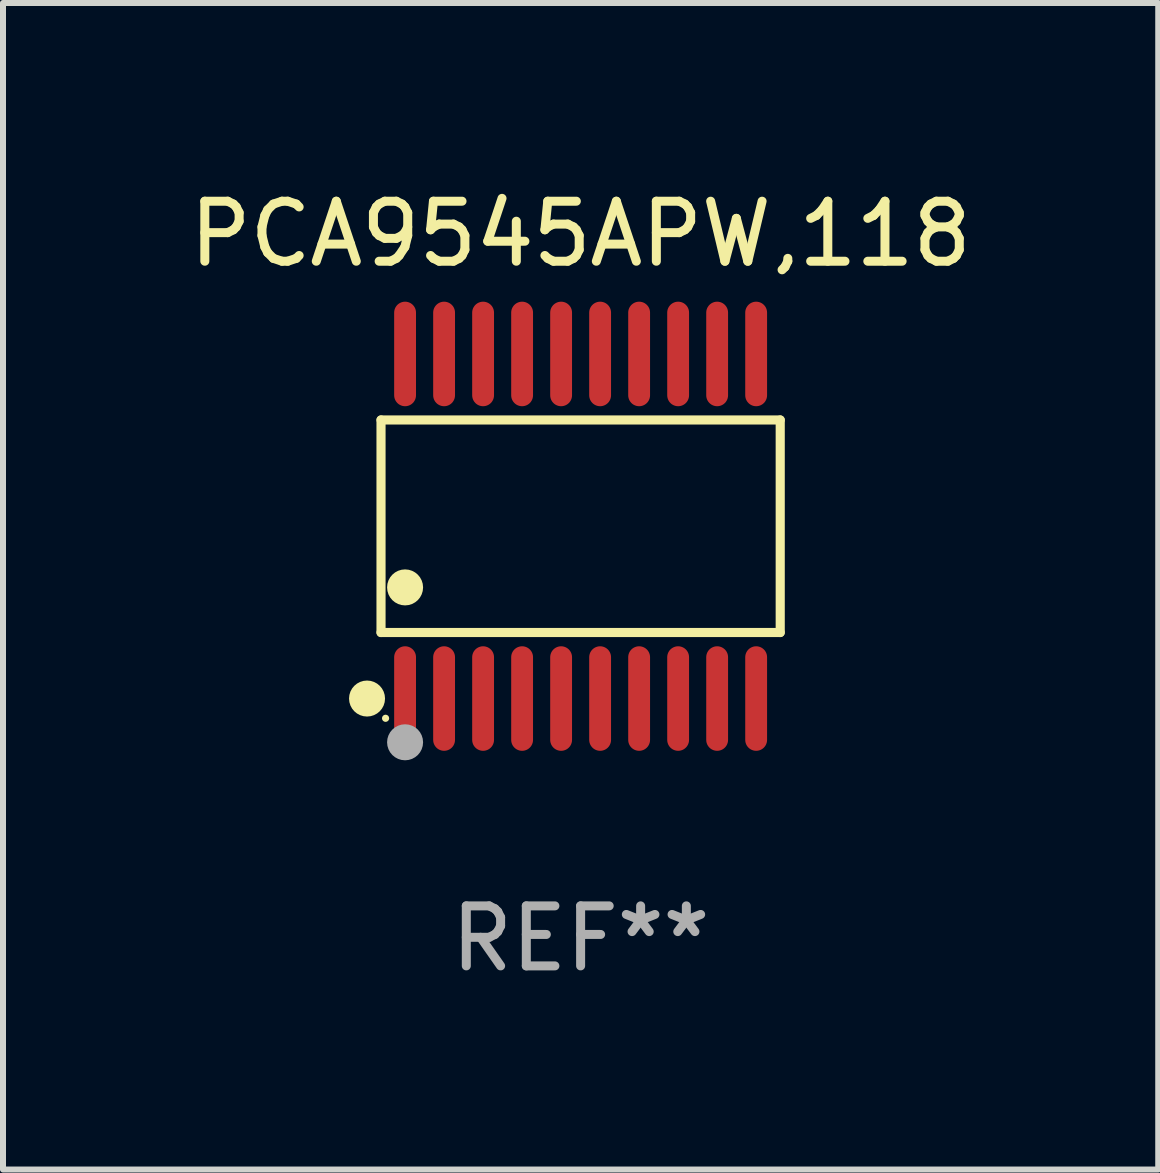
<source format=kicad_pcb>
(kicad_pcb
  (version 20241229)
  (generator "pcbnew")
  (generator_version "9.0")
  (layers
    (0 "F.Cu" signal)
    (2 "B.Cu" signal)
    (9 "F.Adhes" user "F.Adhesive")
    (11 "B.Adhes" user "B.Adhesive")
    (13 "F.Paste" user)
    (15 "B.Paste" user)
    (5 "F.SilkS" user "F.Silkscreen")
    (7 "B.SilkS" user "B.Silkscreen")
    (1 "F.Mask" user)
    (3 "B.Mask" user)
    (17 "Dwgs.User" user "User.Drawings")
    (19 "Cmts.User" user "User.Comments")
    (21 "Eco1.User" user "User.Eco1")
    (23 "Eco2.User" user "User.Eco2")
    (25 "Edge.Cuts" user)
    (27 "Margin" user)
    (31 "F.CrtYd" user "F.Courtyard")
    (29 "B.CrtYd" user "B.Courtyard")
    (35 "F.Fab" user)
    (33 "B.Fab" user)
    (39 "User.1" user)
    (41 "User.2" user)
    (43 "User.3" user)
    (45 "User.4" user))
  (footprint "PCA9545APW,118"
    (layer "F.Cu")
    (at 6.625 5.719)
    (property "Reference" "PCA9545APW,118" (at 0 -4.871 0) (layer "F.SilkS") (effects (font (size 1 1) (thickness 0.15))))
    (attr through_hole)
    (fp_line (start -3.326 -1.771) (end 3.326 -1.771) (stroke (width 0.152) (type solid)) (layer "F.SilkS"))
    (fp_line (start -3.326 1.771) (end -3.326 -1.771) (stroke (width 0.152) (type solid)) (layer "F.SilkS"))
    (fp_line (start 3.326 -1.771) (end 3.326 1.771) (stroke (width 0.152) (type solid)) (layer "F.SilkS"))
    (fp_line (start 3.326 1.771) (end -3.326 1.771) (stroke (width 0.152) (type solid)) (layer "F.SilkS"))
    (fp_circle (center -3.559 2.871) (end -3.409 2.871) (stroke (width 0.3) (type solid)) (fill no) (layer "F.SilkS"))
    (fp_circle (center -3.25 3.2) (end -3.22 3.2) (stroke (width 0.06) (type solid)) (fill no) (layer "F.SilkS"))
    (fp_circle (center -2.925 1.019) (end -2.775 1.019) (stroke (width 0.3) (type solid)) (fill no) (layer "F.SilkS"))
    (fp_circle (center -2.925 3.6) (end -2.775 3.6) (stroke (width 0.3) (type solid)) (fill no) (layer "F.Fab"))
    (fp_text user "REF**" (at 0 6.871 0) (layer "F.Fab") (effects (font (size 1 1) (thickness 0.15))))
    (pad "1" smd oval (at -2.925 2.871) (size 0.364 1.742) (layers "F.Cu" "F.Mask" "F.Paste"))
    (pad "2" smd oval (at -2.275 2.871) (size 0.364 1.742) (layers "F.Cu" "F.Mask" "F.Paste"))
    (pad "3" smd oval (at -1.625 2.871) (size 0.364 1.742) (layers "F.Cu" "F.Mask" "F.Paste"))
    (pad "4" smd oval (at -0.975 2.871) (size 0.364 1.742) (layers "F.Cu" "F.Mask" "F.Paste"))
    (pad "5" smd oval (at -0.325 2.871) (size 0.364 1.742) (layers "F.Cu" "F.Mask" "F.Paste"))
    (pad "6" smd oval (at 0.325 2.871) (size 0.364 1.742) (layers "F.Cu" "F.Mask" "F.Paste"))
    (pad "7" smd oval (at 0.975 2.871) (size 0.364 1.742) (layers "F.Cu" "F.Mask" "F.Paste"))
    (pad "8" smd oval (at 1.625 2.871) (size 0.364 1.742) (layers "F.Cu" "F.Mask" "F.Paste"))
    (pad "9" smd oval (at 2.275 2.871) (size 0.364 1.742) (layers "F.Cu" "F.Mask" "F.Paste"))
    (pad "10" smd oval (at 2.925 2.871) (size 0.364 1.742) (layers "F.Cu" "F.Mask" "F.Paste"))
    (pad "11" smd oval (at 2.925 -2.871) (size 0.364 1.742) (layers "F.Cu" "F.Mask" "F.Paste"))
    (pad "12" smd oval (at 2.275 -2.871) (size 0.364 1.742) (layers "F.Cu" "F.Mask" "F.Paste"))
    (pad "13" smd oval (at 1.625 -2.871) (size 0.364 1.742) (layers "F.Cu" "F.Mask" "F.Paste"))
    (pad "14" smd oval (at 0.975 -2.871) (size 0.364 1.742) (layers "F.Cu" "F.Mask" "F.Paste"))
    (pad "15" smd oval (at 0.325 -2.871) (size 0.364 1.742) (layers "F.Cu" "F.Mask" "F.Paste"))
    (pad "16" smd oval (at -0.325 -2.871) (size 0.364 1.742) (layers "F.Cu" "F.Mask" "F.Paste"))
    (pad "17" smd oval (at -0.975 -2.871) (size 0.364 1.742) (layers "F.Cu" "F.Mask" "F.Paste"))
    (pad "18" smd oval (at -1.625 -2.871) (size 0.364 1.742) (layers "F.Cu" "F.Mask" "F.Paste"))
    (pad "19" smd oval (at -2.275 -2.871) (size 0.364 1.742) (layers "F.Cu" "F.Mask" "F.Paste"))
    (pad "20" smd oval (at -2.925 -2.871) (size 0.364 1.742) (layers "F.Cu" "F.Mask" "F.Paste")))
  (gr_rect
    (start -3 -3)
    (end 16.25 16.438)
    (stroke (width 0.1) (type default))
    (fill no)
    (layer "Edge.Cuts")))
</source>
